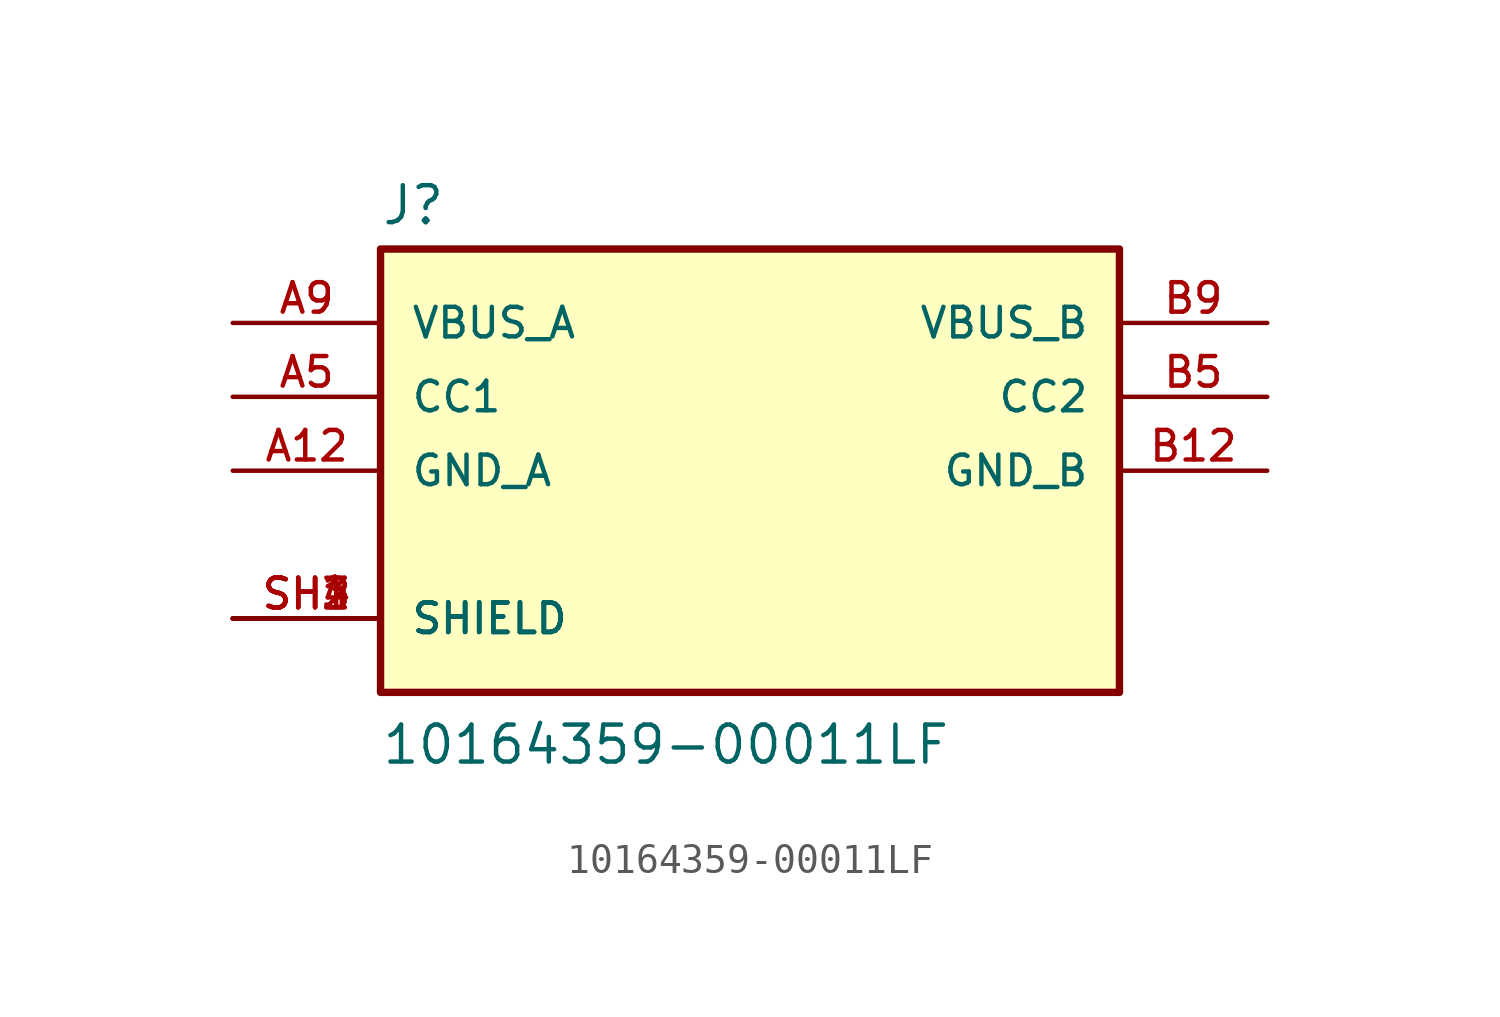
<source format=kicad_sym>
(kicad_symbol_lib
  (version 20211014)
  (generator kicad_symbol_editor)
  (symbol "10164359-00011LF"
    (pin_names
      (offset 1.016))
    (property "Reference" "J"
      (at -12.7 8.382 0)
      (effects (font (size 1.27 1.27)) (justify bottom left)))
    (property "Value" "10164359-00011LF"
      (at -12.7 -10.16 0)
      (effects (font (size 1.27 1.27)) (justify bottom left)))
    (symbol "10164359-00011LF_0_0"
      (rectangle (start -12.7 -7.62) (end 12.7 7.62) (stroke (width 0.254)) (fill (type background)))
      (pin power_in line (at -17.78 0.0 0) (length 5.08) (name "GND_A" (effects (font (size 1.016 1.016)))) (number "A12" (effects (font (size 1.016 1.016)))))
      (pin power_in line (at -17.78 5.08 0) (length 5.08) (name "VBUS_A" (effects (font (size 1.016 1.016)))) (number "A9" (effects (font (size 1.016 1.016)))))
      (pin bidirectional line (at -17.78 2.54 0) (length 5.08) (name "CC1" (effects (font (size 1.016 1.016)))) (number "A5" (effects (font (size 1.016 1.016)))))
      (pin passive line (at -17.78 -5.08 0) (length 5.08) (name "SHIELD" (effects (font (size 1.016 1.016)))) (number "SH1" (effects (font (size 1.016 1.016)))))
      (pin passive line (at -17.78 -5.08 0) (length 5.08) (name "SHIELD" (effects (font (size 1.016 1.016)))) (number "SH2" (effects (font (size 1.016 1.016)))))
      (pin passive line (at -17.78 -5.08 0) (length 5.08) (name "SHIELD" (effects (font (size 1.016 1.016)))) (number "SH3" (effects (font (size 1.016 1.016)))))
      (pin passive line (at -17.78 -5.08 0) (length 5.08) (name "SHIELD" (effects (font (size 1.016 1.016)))) (number "SH4" (effects (font (size 1.016 1.016)))))
      (pin power_in line (at 17.78 0.0 180.0) (length 5.08) (name "GND_B" (effects (font (size 1.016 1.016)))) (number "B12" (effects (font (size 1.016 1.016)))))
      (pin power_in line (at 17.78 5.08 180.0) (length 5.08) (name "VBUS_B" (effects (font (size 1.016 1.016)))) (number "B9" (effects (font (size 1.016 1.016)))))
      (pin bidirectional line (at 17.78 2.54 180.0) (length 5.08) (name "CC2" (effects (font (size 1.016 1.016)))) (number "B5" (effects (font (size 1.016 1.016))))))))
</source>
